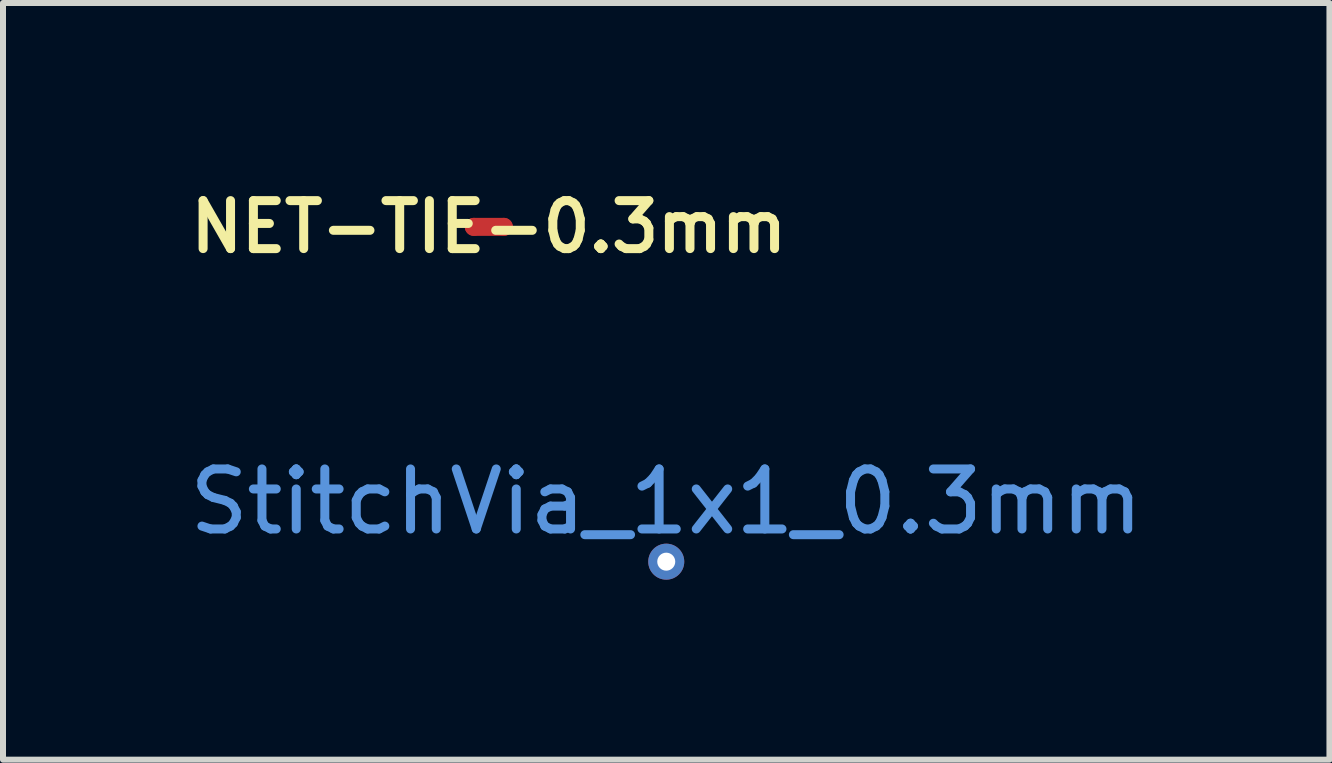
<source format=kicad_pcb>
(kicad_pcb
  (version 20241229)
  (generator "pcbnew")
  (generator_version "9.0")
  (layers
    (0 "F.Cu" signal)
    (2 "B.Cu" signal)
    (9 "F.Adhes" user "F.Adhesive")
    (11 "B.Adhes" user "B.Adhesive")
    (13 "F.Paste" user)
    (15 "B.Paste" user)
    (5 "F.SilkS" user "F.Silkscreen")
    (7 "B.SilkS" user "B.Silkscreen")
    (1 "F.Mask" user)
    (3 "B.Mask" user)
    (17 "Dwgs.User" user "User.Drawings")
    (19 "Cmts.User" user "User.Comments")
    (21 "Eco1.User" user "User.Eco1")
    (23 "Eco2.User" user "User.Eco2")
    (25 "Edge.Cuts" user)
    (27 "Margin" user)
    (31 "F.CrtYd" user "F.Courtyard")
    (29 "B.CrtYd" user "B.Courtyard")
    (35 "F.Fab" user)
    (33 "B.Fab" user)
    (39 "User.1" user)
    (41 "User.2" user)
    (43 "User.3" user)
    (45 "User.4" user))
  (footprint "StitchVia_1x1_0.3mm"
    (layer "F.Cu")
    (at 8.054 6.311)
    (property "Reference" "StitchVia_1x1_0.3mm" (at 0 -1 0) (layer "Cmts.User") (effects (font (size 1 1) (thickness 0.15))))
    (attr through_hole)
    (pad "1" thru_hole circle (at 0 0) (size 0.6 0.6) (drill 0.3) (layers "*.Cu" "*.Mask")))
  (footprint "NET-TIE-0.3mm"
    (layer "F.Cu")
    (at 5.097 0.731)
    (property "Reference" "NET-TIE-0.3mm" (at 0 0 0) (layer "F.SilkS") (effects (font (size 0.8 0.8) (thickness 0.15))))
    (attr through_hole)
    (fp_line (start -0.25 0) (end 0.25 0) (stroke (width 0.3) (type solid)) (layer "F.Cu"))
    (pad "1" smd circle (at -0.25 0) (size 0.3 0.3) (layers "F.Cu"))
    (pad "2" smd circle (at 0.25 0) (size 0.3 0.3) (layers "F.Cu")))
  (gr_rect
    (start -3 -3)
    (end 19.107 9.611)
    (stroke (width 0.1) (type default))
    (fill no)
    (layer "Edge.Cuts")))
</source>
